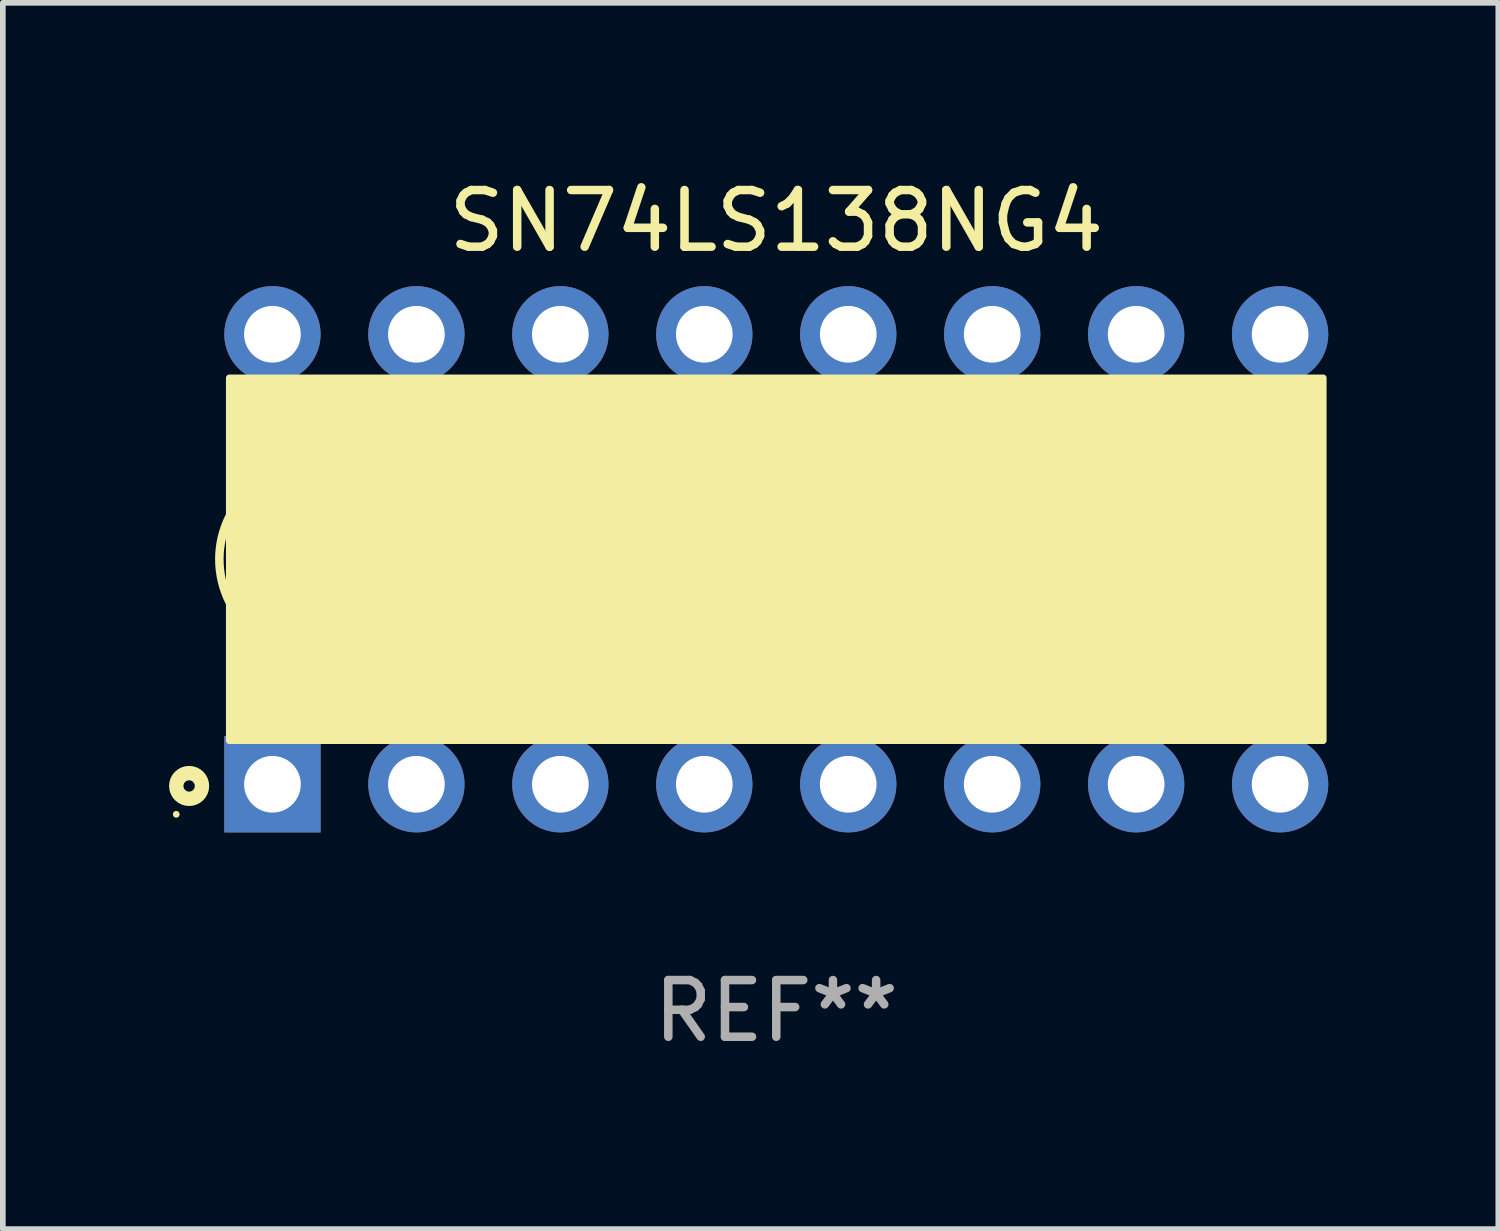
<source format=kicad_pcb>
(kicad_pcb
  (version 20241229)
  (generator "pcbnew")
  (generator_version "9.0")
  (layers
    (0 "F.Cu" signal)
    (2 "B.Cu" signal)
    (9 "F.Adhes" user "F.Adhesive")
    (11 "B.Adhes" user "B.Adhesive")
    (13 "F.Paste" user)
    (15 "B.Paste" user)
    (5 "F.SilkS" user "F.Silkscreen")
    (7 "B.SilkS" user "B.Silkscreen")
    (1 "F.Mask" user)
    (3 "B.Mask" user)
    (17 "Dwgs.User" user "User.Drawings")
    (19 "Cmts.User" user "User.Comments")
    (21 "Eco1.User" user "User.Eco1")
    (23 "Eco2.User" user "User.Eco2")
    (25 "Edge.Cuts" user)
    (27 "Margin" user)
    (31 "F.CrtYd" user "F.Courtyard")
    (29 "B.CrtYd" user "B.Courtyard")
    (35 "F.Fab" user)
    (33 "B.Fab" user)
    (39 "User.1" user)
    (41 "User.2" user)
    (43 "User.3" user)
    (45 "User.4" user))
  (footprint "SN74LS138NG4"
    (layer "F.Cu")
    (at 10.647 6.818)
    (property "Reference" "SN74LS138NG4" (at 0 -5.97 0) (layer "F.SilkS") (effects (font (size 1 1) (thickness 0.15))))
    (attr through_hole)
    (fp_arc (start -9.650012 0.749378) (mid -9.826931 -0.000022) (end -9.650038 -0.749428) (stroke (width 0.150013) (type solid)) (layer "F.SilkS"))
    (fp_circle (center -10.587 4.5) (end -10.557 4.5) (stroke (width 0.06) (type solid)) (fill no) (layer "F.SilkS"))
    (fp_circle (center -10.36 4) (end -10.26 4) (stroke (width 0.254) (type solid)) (fill no) (layer "F.SilkS"))
    (fp_poly (pts (xy -9.65 -3.2) (xy 9.65 -3.2) (xy 9.65 3.2) (xy -9.65 3.2)) (stroke (width 0.12) (type solid)) (fill yes) (layer "F.SilkS"))
    (fp_text user "REF**" (at 0 7.97 0) (layer "F.Fab") (effects (font (size 1 1) (thickness 0.15))))
    (pad "1" thru_hole rect (at -8.89 3.97 90) (size 1.7 1.7) (drill 1) (layers "*.Cu" "*.Mask"))
    (pad "2" thru_hole circle (at -6.35 3.97) (size 1.7 1.7) (drill 1) (layers "*.Cu" "*.Mask"))
    (pad "3" thru_hole circle (at -3.81 3.97) (size 1.7 1.7) (drill 1) (layers "*.Cu" "*.Mask"))
    (pad "4" thru_hole circle (at -1.27 3.97) (size 1.7 1.7) (drill 1) (layers "*.Cu" "*.Mask"))
    (pad "5" thru_hole circle (at 1.27 3.97) (size 1.7 1.7) (drill 1) (layers "*.Cu" "*.Mask"))
    (pad "6" thru_hole circle (at 3.81 3.97) (size 1.7 1.7) (drill 1) (layers "*.Cu" "*.Mask"))
    (pad "7" thru_hole circle (at 6.35 3.97) (size 1.7 1.7) (drill 1) (layers "*.Cu" "*.Mask"))
    (pad "8" thru_hole circle (at 8.89 3.97) (size 1.7 1.7) (drill 1) (layers "*.Cu" "*.Mask"))
    (pad "9" thru_hole circle (at 8.89 -3.97) (size 1.7 1.7) (drill 1) (layers "*.Cu" "*.Mask"))
    (pad "10" thru_hole circle (at 6.35 -3.97) (size 1.7 1.7) (drill 1) (layers "*.Cu" "*.Mask"))
    (pad "11" thru_hole circle (at 3.81 -3.97) (size 1.7 1.7) (drill 1) (layers "*.Cu" "*.Mask"))
    (pad "12" thru_hole circle (at 1.27 -3.97) (size 1.7 1.7) (drill 1) (layers "*.Cu" "*.Mask"))
    (pad "13" thru_hole circle (at -1.27 -3.97) (size 1.7 1.7) (drill 1) (layers "*.Cu" "*.Mask"))
    (pad "14" thru_hole circle (at -3.81 -3.97) (size 1.7 1.7) (drill 1) (layers "*.Cu" "*.Mask"))
    (pad "15" thru_hole circle (at -6.35 -3.97) (size 1.7 1.7) (drill 1) (layers "*.Cu" "*.Mask"))
    (pad "16" thru_hole circle (at -8.89 -3.97) (size 1.7 1.7) (drill 1) (layers "*.Cu" "*.Mask")))
  (gr_rect
    (start -3 -3)
    (end 23.387 18.637)
    (stroke (width 0.1) (type default))
    (fill no)
    (layer "Edge.Cuts")))
</source>
